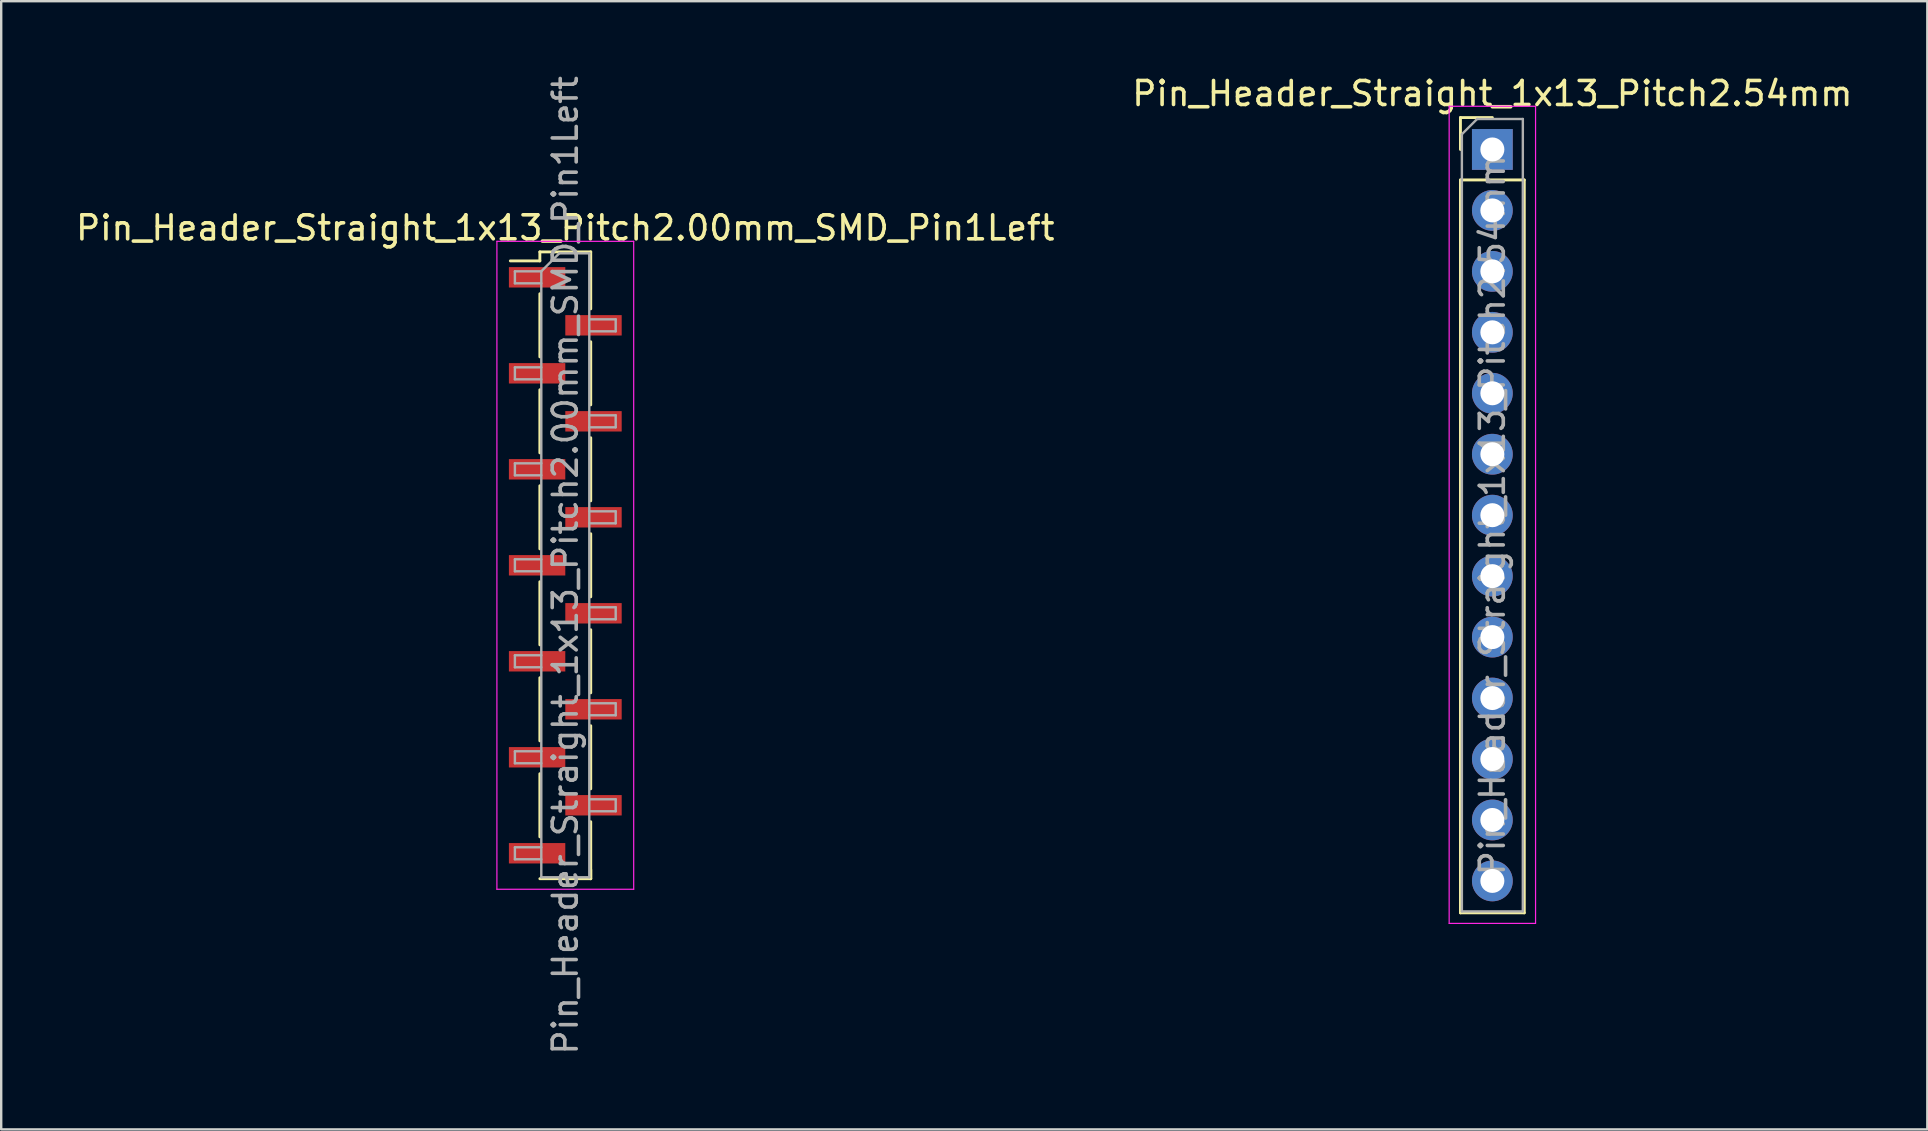
<source format=kicad_pcb>
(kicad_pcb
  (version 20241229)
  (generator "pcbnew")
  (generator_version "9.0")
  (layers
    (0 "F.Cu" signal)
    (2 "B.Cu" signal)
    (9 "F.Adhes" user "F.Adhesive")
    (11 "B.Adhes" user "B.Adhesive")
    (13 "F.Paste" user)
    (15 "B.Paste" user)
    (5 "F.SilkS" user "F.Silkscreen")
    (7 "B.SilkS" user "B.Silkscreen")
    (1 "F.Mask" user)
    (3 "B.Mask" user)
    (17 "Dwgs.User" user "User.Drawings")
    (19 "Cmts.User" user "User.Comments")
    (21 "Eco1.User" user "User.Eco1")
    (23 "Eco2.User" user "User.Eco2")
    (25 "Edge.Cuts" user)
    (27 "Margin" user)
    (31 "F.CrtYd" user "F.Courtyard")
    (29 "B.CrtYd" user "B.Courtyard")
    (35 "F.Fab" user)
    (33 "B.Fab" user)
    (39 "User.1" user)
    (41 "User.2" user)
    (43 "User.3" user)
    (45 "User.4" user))
  (footprint "Pin_Header_Straight_1x13_Pitch2.00mm_SMD_Pin1Left"
    (layer "F.Cu")
    (at 20.506 20.506)
    (property "Reference" "Pin_Header_Straight_1x13_Pitch2.00mm_SMD_Pin1Left" (at 0 -14.06 0) (layer "F.SilkS") (effects (font (size 1 1) (thickness 0.15))))
    (attr smd)
    (fp_line (start -1.06 -13.06) (end -1.06 -12.685) (stroke (width 0.12) (type solid)) (layer "F.SilkS"))
    (fp_line (start -1.06 -13.06) (end 1.06 -13.06) (stroke (width 0.12) (type solid)) (layer "F.SilkS"))
    (fp_line (start -1.06 -12.685) (end -2.29 -12.685) (stroke (width 0.12) (type solid)) (layer "F.SilkS"))
    (fp_line (start -1.06 -11.315) (end -1.06 -8.685) (stroke (width 0.12) (type solid)) (layer "F.SilkS"))
    (fp_line (start -1.06 -7.315) (end -1.06 -4.685) (stroke (width 0.12) (type solid)) (layer "F.SilkS"))
    (fp_line (start -1.06 -3.315) (end -1.06 -0.685) (stroke (width 0.12) (type solid)) (layer "F.SilkS"))
    (fp_line (start -1.06 0.685) (end -1.06 3.315) (stroke (width 0.12) (type solid)) (layer "F.SilkS"))
    (fp_line (start -1.06 4.685) (end -1.06 7.315) (stroke (width 0.12) (type solid)) (layer "F.SilkS"))
    (fp_line (start -1.06 8.685) (end -1.06 11.315) (stroke (width 0.12) (type solid)) (layer "F.SilkS"))
    (fp_line (start -1.06 13.06) (end 1.06 13.06) (stroke (width 0.12) (type solid)) (layer "F.SilkS"))
    (fp_line (start 1.06 -13.06) (end 1.06 -10.685) (stroke (width 0.12) (type solid)) (layer "F.SilkS"))
    (fp_line (start 1.06 -9.315) (end 1.06 -6.685) (stroke (width 0.12) (type solid)) (layer "F.SilkS"))
    (fp_line (start 1.06 -5.315) (end 1.06 -2.685) (stroke (width 0.12) (type solid)) (layer "F.SilkS"))
    (fp_line (start 1.06 -1.315) (end 1.06 1.315) (stroke (width 0.12) (type solid)) (layer "F.SilkS"))
    (fp_line (start 1.06 2.685) (end 1.06 5.315) (stroke (width 0.12) (type solid)) (layer "F.SilkS"))
    (fp_line (start 1.06 6.685) (end 1.06 9.315) (stroke (width 0.12) (type solid)) (layer "F.SilkS"))
    (fp_line (start 1.06 10.685) (end 1.06 13.06) (stroke (width 0.12) (type solid)) (layer "F.SilkS"))
    (fp_line (start 1.06 12.685) (end 1.06 13.06) (stroke (width 0.12) (type solid)) (layer "F.SilkS"))
    (fp_line (start -2.85 -13.5) (end -2.85 13.5) (stroke (width 0.05) (type solid)) (layer "F.CrtYd"))
    (fp_line (start -2.85 13.5) (end 2.85 13.5) (stroke (width 0.05) (type solid)) (layer "F.CrtYd"))
    (fp_line (start 2.85 -13.5) (end -2.85 -13.5) (stroke (width 0.05) (type solid)) (layer "F.CrtYd"))
    (fp_line (start 2.85 13.5) (end 2.85 -13.5) (stroke (width 0.05) (type solid)) (layer "F.CrtYd"))
    (fp_line (start -2.1 -12.25) (end -2.1 -11.75) (stroke (width 0.1) (type solid)) (layer "F.Fab"))
    (fp_line (start -2.1 -11.75) (end -1 -11.75) (stroke (width 0.1) (type solid)) (layer "F.Fab"))
    (fp_line (start -2.1 -8.25) (end -2.1 -7.75) (stroke (width 0.1) (type solid)) (layer "F.Fab"))
    (fp_line (start -2.1 -7.75) (end -1 -7.75) (stroke (width 0.1) (type solid)) (layer "F.Fab"))
    (fp_line (start -2.1 -4.25) (end -2.1 -3.75) (stroke (width 0.1) (type solid)) (layer "F.Fab"))
    (fp_line (start -2.1 -3.75) (end -1 -3.75) (stroke (width 0.1) (type solid)) (layer "F.Fab"))
    (fp_line (start -2.1 -0.25) (end -2.1 0.25) (stroke (width 0.1) (type solid)) (layer "F.Fab"))
    (fp_line (start -2.1 0.25) (end -1 0.25) (stroke (width 0.1) (type solid)) (layer "F.Fab"))
    (fp_line (start -2.1 3.75) (end -2.1 4.25) (stroke (width 0.1) (type solid)) (layer "F.Fab"))
    (fp_line (start -2.1 4.25) (end -1 4.25) (stroke (width 0.1) (type solid)) (layer "F.Fab"))
    (fp_line (start -2.1 7.75) (end -2.1 8.25) (stroke (width 0.1) (type solid)) (layer "F.Fab"))
    (fp_line (start -2.1 8.25) (end -1 8.25) (stroke (width 0.1) (type solid)) (layer "F.Fab"))
    (fp_line (start -2.1 11.75) (end -2.1 12.25) (stroke (width 0.1) (type solid)) (layer "F.Fab"))
    (fp_line (start -2.1 12.25) (end -1 12.25) (stroke (width 0.1) (type solid)) (layer "F.Fab"))
    (fp_line (start -1 -12.25) (end -2.1 -12.25) (stroke (width 0.1) (type solid)) (layer "F.Fab"))
    (fp_line (start -1 -12.25) (end -0.25 -13) (stroke (width 0.1) (type solid)) (layer "F.Fab"))
    (fp_line (start -1 -8.25) (end -2.1 -8.25) (stroke (width 0.1) (type solid)) (layer "F.Fab"))
    (fp_line (start -1 -4.25) (end -2.1 -4.25) (stroke (width 0.1) (type solid)) (layer "F.Fab"))
    (fp_line (start -1 -0.25) (end -2.1 -0.25) (stroke (width 0.1) (type solid)) (layer "F.Fab"))
    (fp_line (start -1 3.75) (end -2.1 3.75) (stroke (width 0.1) (type solid)) (layer "F.Fab"))
    (fp_line (start -1 7.75) (end -2.1 7.75) (stroke (width 0.1) (type solid)) (layer "F.Fab"))
    (fp_line (start -1 11.75) (end -2.1 11.75) (stroke (width 0.1) (type solid)) (layer "F.Fab"))
    (fp_line (start -1 13) (end -1 -12.25) (stroke (width 0.1) (type solid)) (layer "F.Fab"))
    (fp_line (start -0.25 -13) (end 1 -13) (stroke (width 0.1) (type solid)) (layer "F.Fab"))
    (fp_line (start 1 -13) (end 1 13) (stroke (width 0.1) (type solid)) (layer "F.Fab"))
    (fp_line (start 1 -10.25) (end 2.1 -10.25) (stroke (width 0.1) (type solid)) (layer "F.Fab"))
    (fp_line (start 1 -6.25) (end 2.1 -6.25) (stroke (width 0.1) (type solid)) (layer "F.Fab"))
    (fp_line (start 1 -2.25) (end 2.1 -2.25) (stroke (width 0.1) (type solid)) (layer "F.Fab"))
    (fp_line (start 1 1.75) (end 2.1 1.75) (stroke (width 0.1) (type solid)) (layer "F.Fab"))
    (fp_line (start 1 5.75) (end 2.1 5.75) (stroke (width 0.1) (type solid)) (layer "F.Fab"))
    (fp_line (start 1 9.75) (end 2.1 9.75) (stroke (width 0.1) (type solid)) (layer "F.Fab"))
    (fp_line (start 1 13) (end -1 13) (stroke (width 0.1) (type solid)) (layer "F.Fab"))
    (fp_line (start 2.1 -10.25) (end 2.1 -9.75) (stroke (width 0.1) (type solid)) (layer "F.Fab"))
    (fp_line (start 2.1 -9.75) (end 1 -9.75) (stroke (width 0.1) (type solid)) (layer "F.Fab"))
    (fp_line (start 2.1 -6.25) (end 2.1 -5.75) (stroke (width 0.1) (type solid)) (layer "F.Fab"))
    (fp_line (start 2.1 -5.75) (end 1 -5.75) (stroke (width 0.1) (type solid)) (layer "F.Fab"))
    (fp_line (start 2.1 -2.25) (end 2.1 -1.75) (stroke (width 0.1) (type solid)) (layer "F.Fab"))
    (fp_line (start 2.1 -1.75) (end 1 -1.75) (stroke (width 0.1) (type solid)) (layer "F.Fab"))
    (fp_line (start 2.1 1.75) (end 2.1 2.25) (stroke (width 0.1) (type solid)) (layer "F.Fab"))
    (fp_line (start 2.1 2.25) (end 1 2.25) (stroke (width 0.1) (type solid)) (layer "F.Fab"))
    (fp_line (start 2.1 5.75) (end 2.1 6.25) (stroke (width 0.1) (type solid)) (layer "F.Fab"))
    (fp_line (start 2.1 6.25) (end 1 6.25) (stroke (width 0.1) (type solid)) (layer "F.Fab"))
    (fp_line (start 2.1 9.75) (end 2.1 10.25) (stroke (width 0.1) (type solid)) (layer "F.Fab"))
    (fp_line (start 2.1 10.25) (end 1 10.25) (stroke (width 0.1) (type solid)) (layer "F.Fab"))
    (fp_text user "${REFERENCE}" (at 0 0 90) (layer "F.Fab") (effects (font (size 1 1) (thickness 0.15))))
    (pad "1" smd rect (at -1.175 -12) (size 2.35 0.85) (layers "F.Cu" "F.Mask" "F.Paste"))
    (pad "2" smd rect (at 1.175 -10) (size 2.35 0.85) (layers "F.Cu" "F.Mask" "F.Paste"))
    (pad "3" smd rect (at -1.175 -8) (size 2.35 0.85) (layers "F.Cu" "F.Mask" "F.Paste"))
    (pad "4" smd rect (at 1.175 -6) (size 2.35 0.85) (layers "F.Cu" "F.Mask" "F.Paste"))
    (pad "5" smd rect (at -1.175 -4) (size 2.35 0.85) (layers "F.Cu" "F.Mask" "F.Paste"))
    (pad "6" smd rect (at 1.175 -2) (size 2.35 0.85) (layers "F.Cu" "F.Mask" "F.Paste"))
    (pad "7" smd rect (at -1.175 0) (size 2.35 0.85) (layers "F.Cu" "F.Mask" "F.Paste"))
    (pad "8" smd rect (at 1.175 2) (size 2.35 0.85) (layers "F.Cu" "F.Mask" "F.Paste"))
    (pad "9" smd rect (at -1.175 4) (size 2.35 0.85) (layers "F.Cu" "F.Mask" "F.Paste"))
    (pad "10" smd rect (at 1.175 6) (size 2.35 0.85) (layers "F.Cu" "F.Mask" "F.Paste"))
    (pad "11" smd rect (at -1.175 8) (size 2.35 0.85) (layers "F.Cu" "F.Mask" "F.Paste"))
    (pad "12" smd rect (at 1.175 10) (size 2.35 0.85) (layers "F.Cu" "F.Mask" "F.Paste"))
    (pad "13" smd rect (at -1.175 12) (size 2.35 0.85) (layers "F.Cu" "F.Mask" "F.Paste")))
  (footprint "Pin_Header_Straight_1x13_Pitch2.54mm"
    (layer "F.Cu")
    (at 59.137 3.178)
    (property "Reference" "Pin_Header_Straight_1x13_Pitch2.54mm" (at 0 -2.33 0) (layer "F.SilkS") (effects (font (size 1 1) (thickness 0.15))))
    (attr through_hole)
    (fp_line (start -1.33 -1.33) (end 0 -1.33) (stroke (width 0.12) (type solid)) (layer "F.SilkS"))
    (fp_line (start -1.33 0) (end -1.33 -1.33) (stroke (width 0.12) (type solid)) (layer "F.SilkS"))
    (fp_line (start -1.33 1.27) (end -1.33 31.81) (stroke (width 0.12) (type solid)) (layer "F.SilkS"))
    (fp_line (start -1.33 1.27) (end 1.33 1.27) (stroke (width 0.12) (type solid)) (layer "F.SilkS"))
    (fp_line (start -1.33 31.81) (end 1.33 31.81) (stroke (width 0.12) (type solid)) (layer "F.SilkS"))
    (fp_line (start 1.33 1.27) (end 1.33 31.81) (stroke (width 0.12) (type solid)) (layer "F.SilkS"))
    (fp_line (start -1.8 -1.8) (end -1.8 32.25) (stroke (width 0.05) (type solid)) (layer "F.CrtYd"))
    (fp_line (start -1.8 32.25) (end 1.8 32.25) (stroke (width 0.05) (type solid)) (layer "F.CrtYd"))
    (fp_line (start 1.8 -1.8) (end -1.8 -1.8) (stroke (width 0.05) (type solid)) (layer "F.CrtYd"))
    (fp_line (start 1.8 32.25) (end 1.8 -1.8) (stroke (width 0.05) (type solid)) (layer "F.CrtYd"))
    (fp_line (start -1.27 -0.635) (end -0.635 -1.27) (stroke (width 0.1) (type solid)) (layer "F.Fab"))
    (fp_line (start -1.27 31.75) (end -1.27 -0.635) (stroke (width 0.1) (type solid)) (layer "F.Fab"))
    (fp_line (start -0.635 -1.27) (end 1.27 -1.27) (stroke (width 0.1) (type solid)) (layer "F.Fab"))
    (fp_line (start 1.27 -1.27) (end 1.27 31.75) (stroke (width 0.1) (type solid)) (layer "F.Fab"))
    (fp_line (start 1.27 31.75) (end -1.27 31.75) (stroke (width 0.1) (type solid)) (layer "F.Fab"))
    (fp_text user "${REFERENCE}" (at 0 15.24 90) (layer "F.Fab") (effects (font (size 1 1) (thickness 0.15))))
    (pad "1" thru_hole rect (at 0 0) (size 1.7 1.7) (drill 1) (layers "*.Cu" "*.Mask"))
    (pad "2" thru_hole oval (at 0 2.54) (size 1.7 1.7) (drill 1) (layers "*.Cu" "*.Mask"))
    (pad "3" thru_hole oval (at 0 5.08) (size 1.7 1.7) (drill 1) (layers "*.Cu" "*.Mask"))
    (pad "4" thru_hole oval (at 0 7.62) (size 1.7 1.7) (drill 1) (layers "*.Cu" "*.Mask"))
    (pad "5" thru_hole oval (at 0 10.16) (size 1.7 1.7) (drill 1) (layers "*.Cu" "*.Mask"))
    (pad "6" thru_hole oval (at 0 12.7) (size 1.7 1.7) (drill 1) (layers "*.Cu" "*.Mask"))
    (pad "7" thru_hole oval (at 0 15.24) (size 1.7 1.7) (drill 1) (layers "*.Cu" "*.Mask"))
    (pad "8" thru_hole oval (at 0 17.78) (size 1.7 1.7) (drill 1) (layers "*.Cu" "*.Mask"))
    (pad "9" thru_hole oval (at 0 20.32) (size 1.7 1.7) (drill 1) (layers "*.Cu" "*.Mask"))
    (pad "10" thru_hole oval (at 0 22.86) (size 1.7 1.7) (drill 1) (layers "*.Cu" "*.Mask"))
    (pad "11" thru_hole oval (at 0 25.4) (size 1.7 1.7) (drill 1) (layers "*.Cu" "*.Mask"))
    (pad "12" thru_hole oval (at 0 27.94) (size 1.7 1.7) (drill 1) (layers "*.Cu" "*.Mask"))
    (pad "13" thru_hole oval (at 0 30.48) (size 1.7 1.7) (drill 1) (layers "*.Cu" "*.Mask")))
  (gr_rect
    (start -3 -3)
    (end 77.262 44.012)
    (stroke (width 0.1) (type default))
    (fill no)
    (layer "Edge.Cuts")))
</source>
